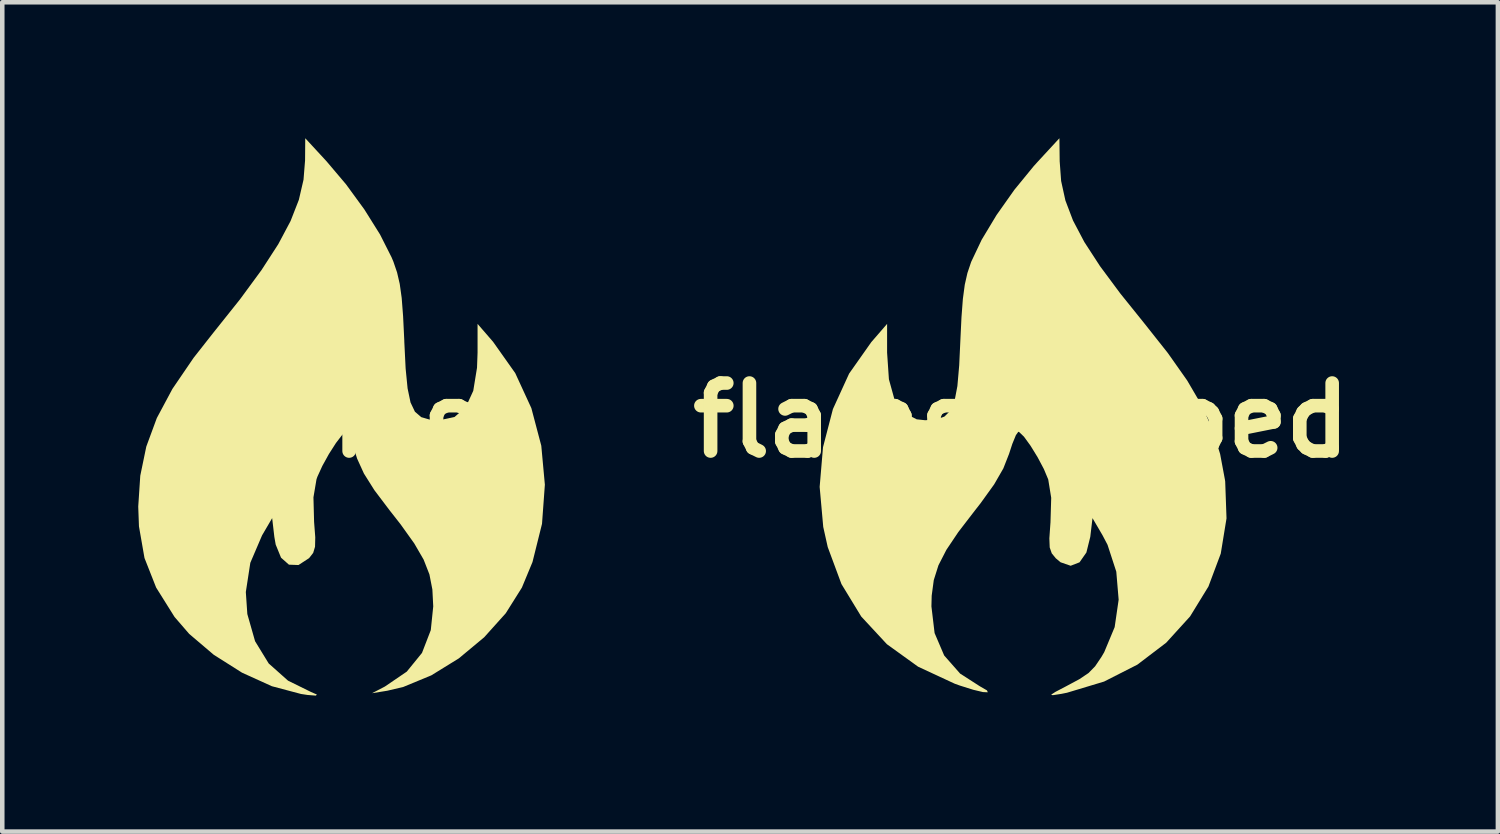
<source format=kicad_pcb>
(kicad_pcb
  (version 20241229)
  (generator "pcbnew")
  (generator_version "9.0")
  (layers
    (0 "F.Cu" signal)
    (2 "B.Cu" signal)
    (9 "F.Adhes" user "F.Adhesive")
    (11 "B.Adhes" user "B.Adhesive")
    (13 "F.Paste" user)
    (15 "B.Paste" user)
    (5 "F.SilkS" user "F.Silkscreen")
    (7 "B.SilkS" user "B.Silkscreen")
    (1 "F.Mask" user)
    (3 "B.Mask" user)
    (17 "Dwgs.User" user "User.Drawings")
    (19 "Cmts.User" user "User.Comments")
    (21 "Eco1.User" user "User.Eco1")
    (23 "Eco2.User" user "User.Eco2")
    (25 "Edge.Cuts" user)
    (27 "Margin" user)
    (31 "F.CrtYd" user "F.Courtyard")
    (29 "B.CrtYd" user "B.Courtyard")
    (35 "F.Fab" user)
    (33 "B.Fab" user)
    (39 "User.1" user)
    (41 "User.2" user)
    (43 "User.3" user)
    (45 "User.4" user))
  (footprint "flameFlipped"
    (layer "F.Cu")
    (at 19.486 6.223)
    (property "Reference" "flameFlipped" (at 0 0 0) (layer "F.SilkS") (effects (font (size 1.5 1.5) (thickness 0.3))))
    (attr board_only exclude_from_pos_files exclude_from_bom)
    (fp_poly (pts (xy 0.845 -5.715) (xy 0.877 -5.279) (xy 0.971 -4.85) (xy 1.139 -4.408) (xy 1.389 -3.933) (xy 1.734 -3.402) (xy 2.183 -2.797) (xy 2.69 -2.167) (xy 3.232 -1.483) (xy 3.658 -0.878) (xy 3.982 -0.324) (xy 4.219 0.207) (xy 4.385 0.744) (xy 4.492 1.316) (xy 4.497 1.351) (xy 4.526 2.164) (xy 4.399 2.942) (xy 4.127 3.668) (xy 3.722 4.328) (xy 3.195 4.908) (xy 2.559 5.392) (xy 1.825 5.765) (xy 1.005 6.012) (xy 0.847 6.042) (xy 0.691 6.066) (xy 0.656 6.054) (xy 0.752 5.992) (xy 0.974 5.876) (xy 1.28 5.712) (xy 1.481 5.577) (xy 1.627 5.428) (xy 1.766 5.222) (xy 1.828 5.116) (xy 2.058 4.564) (xy 2.146 3.959) (xy 2.094 3.341) (xy 1.901 2.748) (xy 1.792 2.54) (xy 1.569 2.159) (xy 1.52 2.572) (xy 1.434 2.918) (xy 1.283 3.134) (xy 1.087 3.21) (xy 0.864 3.133) (xy 0.759 3.045) (xy 0.67 2.936) (xy 0.625 2.806) (xy 0.617 2.607) (xy 0.639 2.291) (xy 0.642 2.253) (xy 0.658 1.71) (xy 0.593 1.31) (xy 0.591 1.303) (xy 0.496 1.076) (xy 0.357 0.814) (xy 0.202 0.562) (xy 0.057 0.362) (xy -0.049 0.26) (xy -0.068 0.254) (xy -0.121 0.328) (xy -0.2 0.521) (xy -0.272 0.741) (xy -0.398 1.062) (xy -0.6 1.413) (xy -0.9 1.83) (xy -1.025 1.99) (xy -1.392 2.467) (xy -1.655 2.859) (xy -1.83 3.2) (xy -1.933 3.526) (xy -1.979 3.87) (xy -1.985 4.106) (xy -1.915 4.695) (xy -1.704 5.189) (xy -1.352 5.589) (xy -0.918 5.868) (xy -0.759 5.96) (xy -0.741 6.002) (xy -0.848 5.997) (xy -1.059 5.947) (xy -1.355 5.854) (xy -1.472 5.812) (xy -2.279 5.437) (xy -2.967 4.941) (xy -3.533 4.331) (xy -3.97 3.614) (xy -4.273 2.797) (xy -4.372 2.353) (xy -4.451 1.47) (xy -4.377 0.594) (xy -4.158 -0.248) (xy -3.801 -1.03) (xy -3.312 -1.724) (xy -3.305 -1.732) (xy -2.963 -2.127) (xy -2.963 -1.492) (xy -2.923 -0.904) (xy -2.801 -0.463) (xy -2.597 -0.169) (xy -2.31 -0.021) (xy -2.123 -0.001) (xy -1.881 -0.018) (xy -1.699 -0.081) (xy -1.566 -0.211) (xy -1.474 -0.429) (xy -1.412 -0.755) (xy -1.372 -1.212) (xy -1.348 -1.727) (xy -1.322 -2.269) (xy -1.291 -2.678) (xy -1.249 -2.992) (xy -1.191 -3.248) (xy -1.112 -3.483) (xy -1.107 -3.497) (xy -0.877 -3.982) (xy -0.549 -4.527) (xy -0.155 -5.085) (xy 0.273 -5.608) (xy 0.37 -5.715) (xy 0.839 -6.223)) (stroke (width 0) (type solid)) (fill yes) (layer "F.SilkS")))
  (footprint "flame"
    (layer "F.Cu")
    (at 4.439 6.223)
    (property "Reference" "flame" (at 0 0 0) (layer "F.SilkS") (effects (font (size 1.5 1.5) (thickness 0.3))))
    (attr board_only exclude_from_pos_files exclude_from_bom)
    (fp_poly (pts (xy -0.285 -5.715) (xy 0.146 -5.206) (xy 0.55 -4.652) (xy 0.896 -4.1) (xy 1.15 -3.597) (xy 1.192 -3.497) (xy 1.272 -3.262) (xy 1.331 -3.008) (xy 1.374 -2.699) (xy 1.405 -2.296) (xy 1.431 -1.764) (xy 1.432 -1.727) (xy 1.461 -1.141) (xy 1.504 -0.704) (xy 1.569 -0.393) (xy 1.666 -0.189) (xy 1.805 -0.069) (xy 1.995 -0.014) (xy 2.208 -0.001) (xy 2.539 -0.072) (xy 2.787 -0.288) (xy 2.953 -0.65) (xy 3.036 -1.16) (xy 3.048 -1.492) (xy 3.048 -2.127) (xy 3.39 -1.732) (xy 3.879 -1.041) (xy 4.235 -0.268) (xy 4.454 0.561) (xy 4.533 1.421) (xy 4.47 2.285) (xy 4.26 3.128) (xy 4.026 3.692) (xy 3.67 4.258) (xy 3.194 4.788) (xy 2.634 5.254) (xy 2.028 5.628) (xy 1.409 5.884) (xy 1.058 5.967) (xy 0.72 6.022) (xy 1.003 5.875) (xy 1.486 5.546) (xy 1.822 5.133) (xy 2.016 4.63) (xy 2.07 4.106) (xy 2.051 3.734) (xy 1.986 3.401) (xy 1.858 3.074) (xy 1.651 2.717) (xy 1.35 2.296) (xy 1.11 1.99) (xy 0.772 1.543) (xy 0.54 1.174) (xy 0.391 0.847) (xy 0.357 0.741) (xy 0.271 0.483) (xy 0.195 0.307) (xy 0.152 0.254) (xy 0.061 0.323) (xy -0.076 0.501) (xy -0.231 0.743) (xy -0.377 1.007) (xy -0.487 1.248) (xy -0.506 1.303) (xy -0.573 1.7) (xy -0.559 2.24) (xy -0.558 2.253) (xy -0.533 2.582) (xy -0.538 2.791) (xy -0.579 2.926) (xy -0.663 3.034) (xy -0.674 3.045) (xy -0.903 3.194) (xy -1.114 3.186) (xy -1.288 3.032) (xy -1.406 2.743) (xy -1.436 2.572) (xy -1.484 2.159) (xy -1.707 2.54) (xy -1.966 3.145) (xy -2.065 3.789) (xy -2.032 4.275) (xy -1.861 4.875) (xy -1.56 5.366) (xy -1.134 5.745) (xy -0.635 5.991) (xy -0.497 6.052) (xy -0.52 6.075) (xy -0.702 6.061) (xy -0.847 6.039) (xy -1.49 5.868) (xy -2.149 5.569) (xy -2.773 5.174) (xy -3.315 4.713) (xy -3.638 4.339) (xy -4.044 3.691) (xy -4.301 3.039) (xy -4.423 2.34) (xy -4.439 1.905) (xy -4.394 1.223) (xy -4.261 0.58) (xy -4.029 -0.049) (xy -3.685 -0.692) (xy -3.218 -1.377) (xy -2.787 -1.925) (xy -2.194 -2.668) (xy -1.718 -3.316) (xy -1.349 -3.886) (xy -1.078 -4.396) (xy -0.895 -4.864) (xy -0.792 -5.308) (xy -0.758 -5.733) (xy -0.754 -6.223)) (stroke (width 0) (type solid)) (fill yes) (layer "F.SilkS")))
  (gr_rect
    (start -3 -3)
    (end 30 15.298)
    (stroke (width 0.1) (type default))
    (fill no)
    (layer "Edge.Cuts")))
</source>
